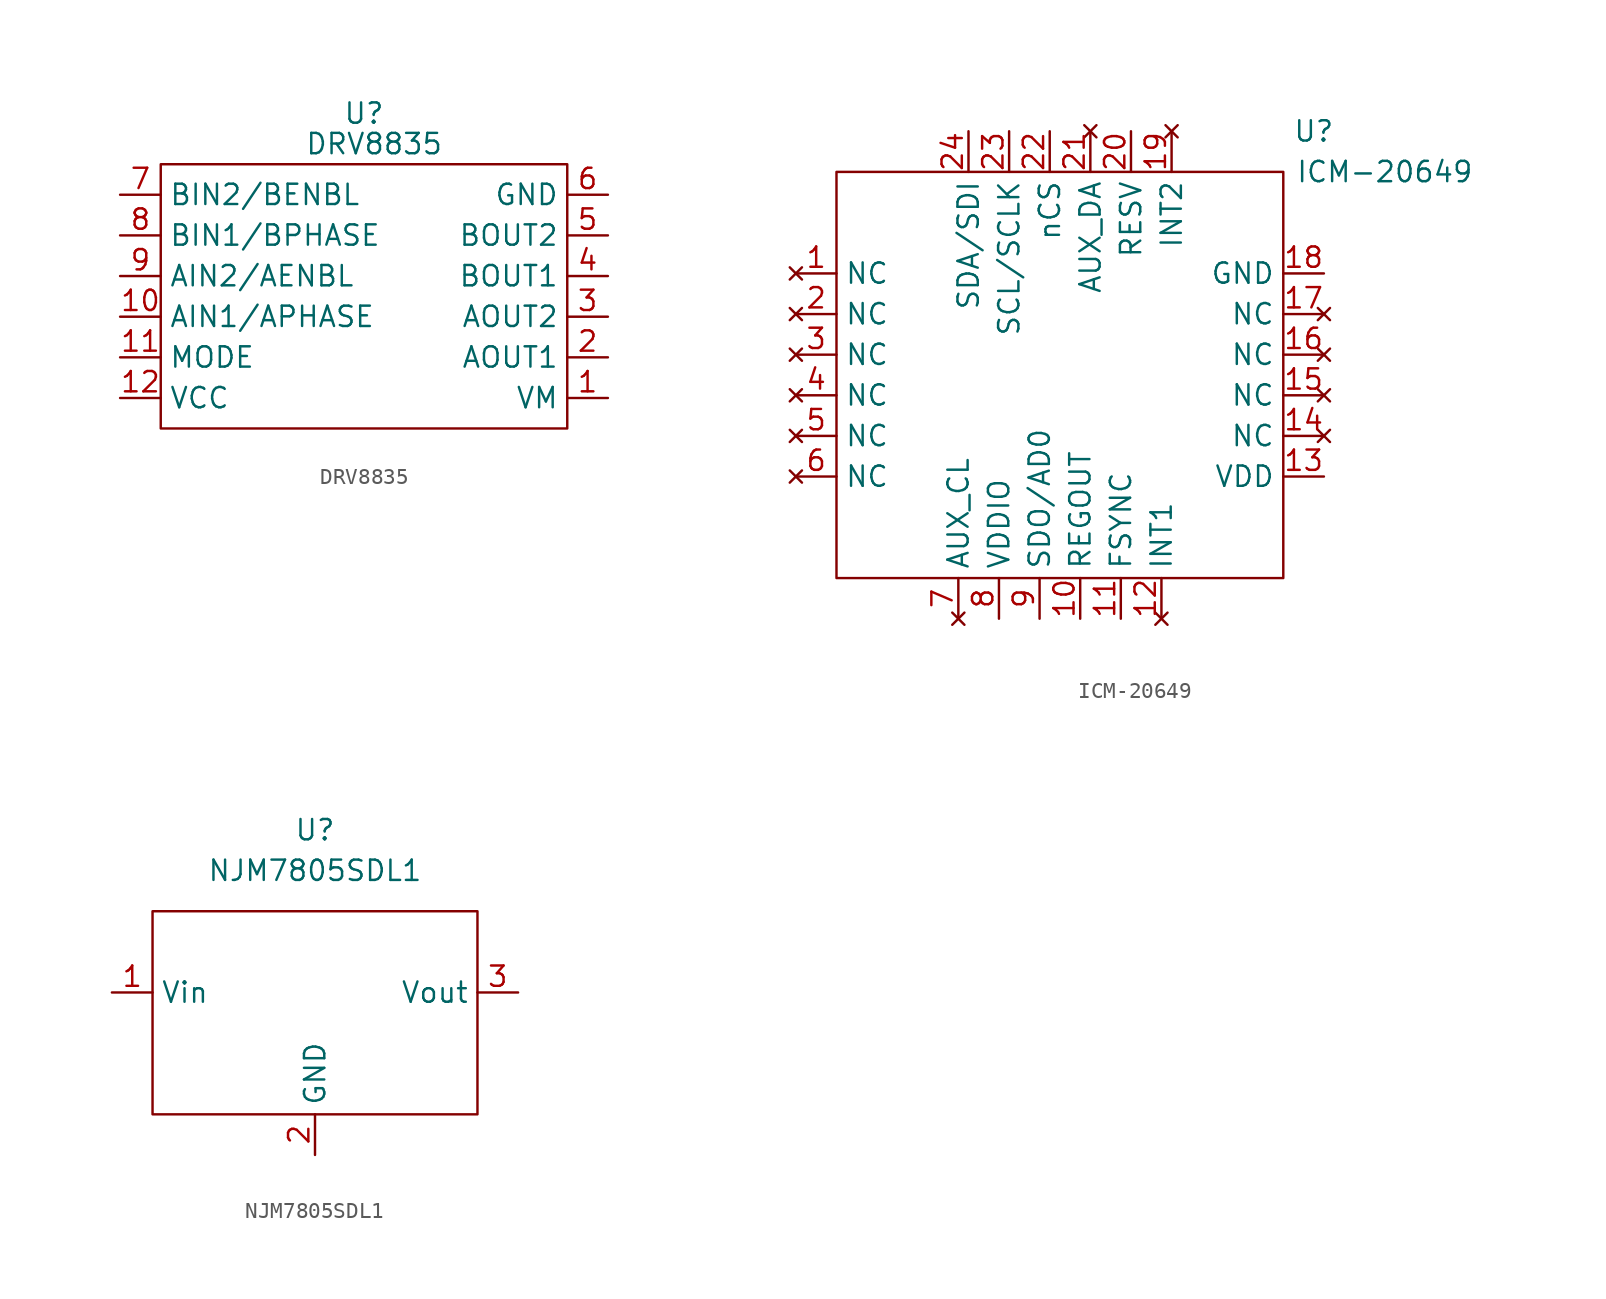
<source format=kicad_sym>
(kicad_symbol_lib
  (version 20220914)
  (generator kicad_symbol_editor)
  (symbol "DRV8835"
    (property "Reference" "U"
      (at 0 11.43 0)
      (effects (font (size 1.27 1.27))))
    (property "Value" "DRV8835"
      (at 0.635 9.525 0)
      (effects (font (size 1.27 1.27))))
    (symbol "DRV8835_0_1"
      (rectangle (start -12.7 8.255) (end 12.7 -8.255) (stroke (width 0) (type default)) (fill (type none))))
    (symbol "DRV8835_1_1"
      (pin passive line (at 15.24 -6.35 180) (length 2.54) (name "VM" (effects (font (size 1.27 1.27)))) (number "1" (effects (font (size 1.27 1.27)))))
      (pin passive line (at -15.24 -1.27 0) (length 2.54) (name "AIN1/APHASE" (effects (font (size 1.27 1.27)))) (number "10" (effects (font (size 1.27 1.27)))))
      (pin passive line (at -15.24 -3.81 0) (length 2.54) (name "MODE" (effects (font (size 1.27 1.27)))) (number "11" (effects (font (size 1.27 1.27)))))
      (pin passive line (at -15.24 -6.35 0) (length 2.54) (name "VCC" (effects (font (size 1.27 1.27)))) (number "12" (effects (font (size 1.27 1.27)))))
      (pin passive line (at 15.24 -3.81 180) (length 2.54) (name "AOUT1" (effects (font (size 1.27 1.27)))) (number "2" (effects (font (size 1.27 1.27)))))
      (pin passive line (at 15.24 -1.27 180) (length 2.54) (name "AOUT2" (effects (font (size 1.27 1.27)))) (number "3" (effects (font (size 1.27 1.27)))))
      (pin passive line (at 15.24 1.27 180) (length 2.54) (name "BOUT1" (effects (font (size 1.27 1.27)))) (number "4" (effects (font (size 1.27 1.27)))))
      (pin passive line (at 15.24 3.81 180) (length 2.54) (name "BOUT2" (effects (font (size 1.27 1.27)))) (number "5" (effects (font (size 1.27 1.27)))))
      (pin passive line (at 15.24 6.35 180) (length 2.54) (name "GND" (effects (font (size 1.27 1.27)))) (number "6" (effects (font (size 1.27 1.27)))))
      (pin passive line (at -15.24 6.35 0) (length 2.54) (name "BIN2/BENBL" (effects (font (size 1.27 1.27)))) (number "7" (effects (font (size 1.27 1.27)))))
      (pin passive line (at -15.24 3.81 0) (length 2.54) (name "BIN1/BPHASE" (effects (font (size 1.27 1.27)))) (number "8" (effects (font (size 1.27 1.27)))))
      (pin passive line (at -15.24 1.27 0) (length 2.54) (name "AIN2/AENBL" (effects (font (size 1.27 1.27)))) (number "9" (effects (font (size 1.27 1.27)))))))
  (symbol "ICM-20649"
    (property "Reference" "U"
      (at 15.875 15.24 0)
      (effects (font (size 1.27 1.27))))
    (property "Value" "ICM-20649"
      (at 20.32 12.7 0)
      (effects (font (size 1.27 1.27))))
    (symbol "ICM-20649_0_1"
      (rectangle (start -13.97 12.7) (end 13.97 -12.7) (stroke (width 0) (type default)) (fill (type none))))
    (symbol "ICM-20649_1_1"
      (pin no_connect line (at -16.51 6.35 0) (length 2.54) (name "NC" (effects (font (size 1.27 1.27)))) (number "1" (effects (font (size 1.27 1.27)))))
      (pin passive line (at 1.27 -15.24 90) (length 2.54) (name "REGOUT" (effects (font (size 1.27 1.27)))) (number "10" (effects (font (size 1.27 1.27)))))
      (pin passive line (at 3.81 -15.24 90) (length 2.54) (name "FSYNC" (effects (font (size 1.27 1.27)))) (number "11" (effects (font (size 1.27 1.27)))))
      (pin no_connect line (at 6.35 -15.24 90) (length 2.54) (name "INT1" (effects (font (size 1.27 1.27)))) (number "12" (effects (font (size 1.27 1.27)))))
      (pin passive line (at 16.51 -6.35 180) (length 2.54) (name "VDD" (effects (font (size 1.27 1.27)))) (number "13" (effects (font (size 1.27 1.27)))))
      (pin no_connect line (at 16.51 -3.81 180) (length 2.54) (name "NC" (effects (font (size 1.27 1.27)))) (number "14" (effects (font (size 1.27 1.27)))))
      (pin no_connect line (at 16.51 -1.27 180) (length 2.54) (name "NC" (effects (font (size 1.27 1.27)))) (number "15" (effects (font (size 1.27 1.27)))))
      (pin no_connect line (at 16.51 1.27 180) (length 2.54) (name "NC" (effects (font (size 1.27 1.27)))) (number "16" (effects (font (size 1.27 1.27)))))
      (pin no_connect line (at 16.51 3.81 180) (length 2.54) (name "NC" (effects (font (size 1.27 1.27)))) (number "17" (effects (font (size 1.27 1.27)))))
      (pin passive line (at 16.51 6.35 180) (length 2.54) (name "GND" (effects (font (size 1.27 1.27)))) (number "18" (effects (font (size 1.27 1.27)))))
      (pin no_connect line (at 6.985 15.24 270) (length 2.54) (name "INT2" (effects (font (size 1.27 1.27)))) (number "19" (effects (font (size 1.27 1.27)))))
      (pin no_connect line (at -16.51 3.81 0) (length 2.54) (name "NC" (effects (font (size 1.27 1.27)))) (number "2" (effects (font (size 1.27 1.27)))))
      (pin passive line (at 4.445 15.24 270) (length 2.54) (name "RESV" (effects (font (size 1.27 1.27)))) (number "20" (effects (font (size 1.27 1.27)))))
      (pin no_connect line (at 1.905 15.24 270) (length 2.54) (name "AUX_DA" (effects (font (size 1.27 1.27)))) (number "21" (effects (font (size 1.27 1.27)))))
      (pin passive line (at -0.635 15.24 270) (length 2.54) (name "nCS" (effects (font (size 1.27 1.27)))) (number "22" (effects (font (size 1.27 1.27)))))
      (pin passive line (at -3.175 15.24 270) (length 2.54) (name "SCL/SCLK" (effects (font (size 1.27 1.27)))) (number "23" (effects (font (size 1.27 1.27)))))
      (pin passive line (at -5.715 15.24 270) (length 2.54) (name "SDA/SDI" (effects (font (size 1.27 1.27)))) (number "24" (effects (font (size 1.27 1.27)))))
      (pin no_connect line (at -16.51 1.27 0) (length 2.54) (name "NC" (effects (font (size 1.27 1.27)))) (number "3" (effects (font (size 1.27 1.27)))))
      (pin no_connect line (at -16.51 -1.27 0) (length 2.54) (name "NC" (effects (font (size 1.27 1.27)))) (number "4" (effects (font (size 1.27 1.27)))))
      (pin no_connect line (at -16.51 -3.81 0) (length 2.54) (name "NC" (effects (font (size 1.27 1.27)))) (number "5" (effects (font (size 1.27 1.27)))))
      (pin no_connect line (at -16.51 -6.35 0) (length 2.54) (name "NC" (effects (font (size 1.27 1.27)))) (number "6" (effects (font (size 1.27 1.27)))))
      (pin no_connect line (at -6.35 -15.24 90) (length 2.54) (name "AUX_CL" (effects (font (size 1.27 1.27)))) (number "7" (effects (font (size 1.27 1.27)))))
      (pin passive line (at -3.81 -15.24 90) (length 2.54) (name "VDDIO" (effects (font (size 1.27 1.27)))) (number "8" (effects (font (size 1.27 1.27)))))
      (pin passive line (at -1.27 -15.24 90) (length 2.54) (name "SDO/AD0" (effects (font (size 1.27 1.27)))) (number "9" (effects (font (size 1.27 1.27)))))))
  (symbol "NJM7805SDL1"
    (property "Reference" "U"
      (at 0 10.16 0)
      (effects (font (size 1.27 1.27))))
    (property "Value" "NJM7805SDL1"
      (at 0 7.62 0)
      (effects (font (size 1.27 1.27))))
    (symbol "NJM7805SDL1_0_1"
      (rectangle (start -10.16 5.08) (end 10.16 -7.62) (stroke (width 0) (type default)) (fill (type none))))
    (symbol "NJM7805SDL1_1_1"
      (pin power_in line (at -12.7 0 0) (length 2.54) (name "Vin" (effects (font (size 1.27 1.27)))) (number "1" (effects (font (size 1.27 1.27)))))
      (pin power_in line (at 0 -10.16 90) (length 2.54) (name "GND" (effects (font (size 1.27 1.27)))) (number "2" (effects (font (size 1.27 1.27)))))
      (pin power_in line (at 12.7 0 180) (length 2.54) (name "Vout" (effects (font (size 1.27 1.27)))) (number "3" (effects (font (size 1.27 1.27))))))))
</source>
